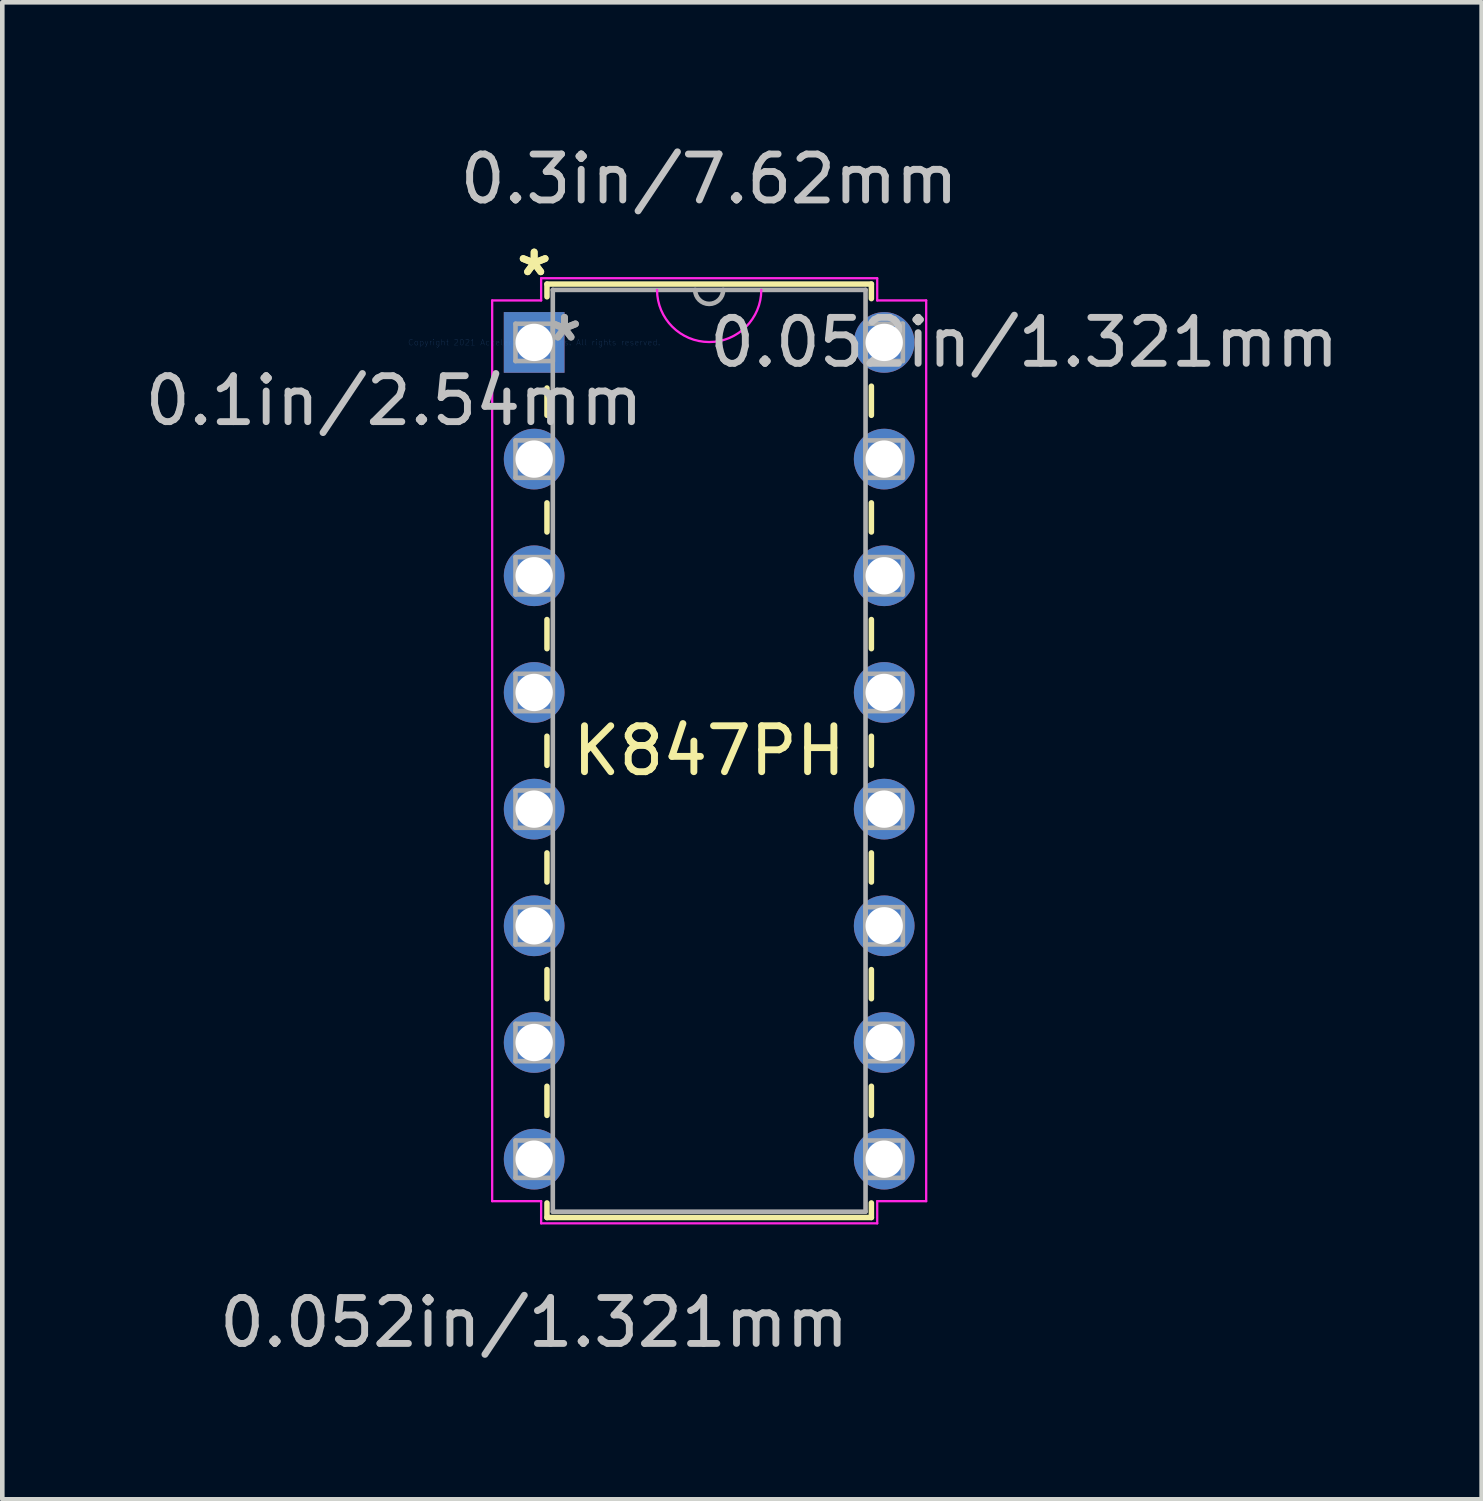
<source format=kicad_pcb>
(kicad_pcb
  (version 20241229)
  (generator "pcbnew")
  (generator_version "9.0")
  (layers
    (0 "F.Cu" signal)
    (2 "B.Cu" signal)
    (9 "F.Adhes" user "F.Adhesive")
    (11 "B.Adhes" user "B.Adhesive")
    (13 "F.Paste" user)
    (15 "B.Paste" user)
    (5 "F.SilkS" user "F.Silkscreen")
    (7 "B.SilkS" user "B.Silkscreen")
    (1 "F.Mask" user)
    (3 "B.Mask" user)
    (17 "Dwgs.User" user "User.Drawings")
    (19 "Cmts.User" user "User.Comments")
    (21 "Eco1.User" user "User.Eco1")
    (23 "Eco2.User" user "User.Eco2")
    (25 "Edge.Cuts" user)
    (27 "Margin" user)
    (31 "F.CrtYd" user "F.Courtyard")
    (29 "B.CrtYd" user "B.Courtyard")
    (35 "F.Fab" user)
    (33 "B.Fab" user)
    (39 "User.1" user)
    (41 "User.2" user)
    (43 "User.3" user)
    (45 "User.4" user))
  (footprint "K847PH"
    (layer "F.Cu")
    (at 8.578 4.404)
    (property "Reference" "K847PH" (at 3.81 8.89 0) (layer "F.SilkS") (effects (font (size 1 1) (thickness 0.15))))
    (attr through_hole)
    (fp_line (start 0.279 -1.27) (end 0.279 -0.993) (stroke (width 0.12) (type solid)) (layer "F.SilkS"))
    (fp_line (start 0.279 0.993) (end 0.279 1.587) (stroke (width 0.12) (type solid)) (layer "F.SilkS"))
    (fp_line (start 0.279 3.493) (end 0.279 4.127) (stroke (width 0.12) (type solid)) (layer "F.SilkS"))
    (fp_line (start 0.279 6.033) (end 0.279 6.667) (stroke (width 0.12) (type solid)) (layer "F.SilkS"))
    (fp_line (start 0.279 8.573) (end 0.279 9.207) (stroke (width 0.12) (type solid)) (layer "F.SilkS"))
    (fp_line (start 0.279 11.113) (end 0.279 11.747) (stroke (width 0.12) (type solid)) (layer "F.SilkS"))
    (fp_line (start 0.279 13.653) (end 0.279 14.287) (stroke (width 0.12) (type solid)) (layer "F.SilkS"))
    (fp_line (start 0.279 16.193) (end 0.279 16.827) (stroke (width 0.12) (type solid)) (layer "F.SilkS"))
    (fp_line (start 0.279 18.733) (end 0.279 19.05) (stroke (width 0.12) (type solid)) (layer "F.SilkS"))
    (fp_line (start 0.279 19.05) (end 7.341 19.05) (stroke (width 0.12) (type solid)) (layer "F.SilkS"))
    (fp_line (start 7.341 -1.27) (end 0.279 -1.27) (stroke (width 0.12) (type solid)) (layer "F.SilkS"))
    (fp_line (start 7.341 -0.953) (end 7.341 -1.27) (stroke (width 0.12) (type solid)) (layer "F.SilkS"))
    (fp_line (start 7.341 1.587) (end 7.341 0.953) (stroke (width 0.12) (type solid)) (layer "F.SilkS"))
    (fp_line (start 7.341 4.127) (end 7.341 3.493) (stroke (width 0.12) (type solid)) (layer "F.SilkS"))
    (fp_line (start 7.341 6.667) (end 7.341 6.033) (stroke (width 0.12) (type solid)) (layer "F.SilkS"))
    (fp_line (start 7.341 9.207) (end 7.341 8.573) (stroke (width 0.12) (type solid)) (layer "F.SilkS"))
    (fp_line (start 7.341 11.747) (end 7.341 11.113) (stroke (width 0.12) (type solid)) (layer "F.SilkS"))
    (fp_line (start 7.341 14.287) (end 7.341 13.653) (stroke (width 0.12) (type solid)) (layer "F.SilkS"))
    (fp_line (start 7.341 16.827) (end 7.341 16.193) (stroke (width 0.12) (type solid)) (layer "F.SilkS"))
    (fp_line (start 7.341 19.05) (end 7.341 18.733) (stroke (width 0.12) (type solid)) (layer "F.SilkS"))
    (fp_line (start -0.914 -0.914) (end -0.914 18.694) (stroke (width 0.05) (type solid)) (layer "F.CrtYd"))
    (fp_line (start -0.914 18.694) (end 0.152 18.694) (stroke (width 0.05) (type solid)) (layer "F.CrtYd"))
    (fp_line (start 0.152 -1.397) (end 0.152 -0.914) (stroke (width 0.05) (type solid)) (layer "F.CrtYd"))
    (fp_line (start 0.152 -0.914) (end -0.914 -0.914) (stroke (width 0.05) (type solid)) (layer "F.CrtYd"))
    (fp_line (start 0.152 18.694) (end 0.152 19.177) (stroke (width 0.05) (type solid)) (layer "F.CrtYd"))
    (fp_line (start 0.152 19.177) (end 7.468 19.177) (stroke (width 0.05) (type solid)) (layer "F.CrtYd"))
    (fp_line (start 7.468 -1.397) (end 0.152 -1.397) (stroke (width 0.05) (type solid)) (layer "F.CrtYd"))
    (fp_line (start 7.468 -0.914) (end 7.468 -1.397) (stroke (width 0.05) (type solid)) (layer "F.CrtYd"))
    (fp_line (start 7.468 18.694) (end 8.534 18.694) (stroke (width 0.05) (type solid)) (layer "F.CrtYd"))
    (fp_line (start 7.468 19.177) (end 7.468 18.694) (stroke (width 0.05) (type solid)) (layer "F.CrtYd"))
    (fp_line (start 8.534 -0.914) (end 7.468 -0.914) (stroke (width 0.05) (type solid)) (layer "F.CrtYd"))
    (fp_line (start 8.534 18.694) (end 8.534 -0.914) (stroke (width 0.05) (type solid)) (layer "F.CrtYd"))
    (fp_arc (start 4.944533 -1.143) (mid 3.81 -0.008467) (end 2.675467 -1.143) (stroke (width 0.05) (type solid)) (layer "F.CrtYd"))
    (fp_line (start -0.406 -0.406) (end -0.406 0.406) (stroke (width 0.1) (type solid)) (layer "F.Fab"))
    (fp_line (start -0.406 0.406) (end 0.406 0.406) (stroke (width 0.1) (type solid)) (layer "F.Fab"))
    (fp_line (start -0.406 2.134) (end -0.406 2.946) (stroke (width 0.1) (type solid)) (layer "F.Fab"))
    (fp_line (start -0.406 2.946) (end 0.406 2.946) (stroke (width 0.1) (type solid)) (layer "F.Fab"))
    (fp_line (start -0.406 4.674) (end -0.406 5.486) (stroke (width 0.1) (type solid)) (layer "F.Fab"))
    (fp_line (start -0.406 5.486) (end 0.406 5.486) (stroke (width 0.1) (type solid)) (layer "F.Fab"))
    (fp_line (start -0.406 7.214) (end -0.406 8.026) (stroke (width 0.1) (type solid)) (layer "F.Fab"))
    (fp_line (start -0.406 8.026) (end 0.406 8.026) (stroke (width 0.1) (type solid)) (layer "F.Fab"))
    (fp_line (start -0.406 9.754) (end -0.406 10.566) (stroke (width 0.1) (type solid)) (layer "F.Fab"))
    (fp_line (start -0.406 10.566) (end 0.406 10.566) (stroke (width 0.1) (type solid)) (layer "F.Fab"))
    (fp_line (start -0.406 12.294) (end -0.406 13.106) (stroke (width 0.1) (type solid)) (layer "F.Fab"))
    (fp_line (start -0.406 13.106) (end 0.406 13.106) (stroke (width 0.1) (type solid)) (layer "F.Fab"))
    (fp_line (start -0.406 14.834) (end -0.406 15.646) (stroke (width 0.1) (type solid)) (layer "F.Fab"))
    (fp_line (start -0.406 15.646) (end 0.406 15.646) (stroke (width 0.1) (type solid)) (layer "F.Fab"))
    (fp_line (start -0.406 17.374) (end -0.406 18.186) (stroke (width 0.1) (type solid)) (layer "F.Fab"))
    (fp_line (start -0.406 18.186) (end 0.406 18.186) (stroke (width 0.1) (type solid)) (layer "F.Fab"))
    (fp_line (start 0.406 -1.143) (end 0.406 18.923) (stroke (width 0.1) (type solid)) (layer "F.Fab"))
    (fp_line (start 0.406 -0.406) (end -0.406 -0.406) (stroke (width 0.1) (type solid)) (layer "F.Fab"))
    (fp_line (start 0.406 0.406) (end 0.406 -0.406) (stroke (width 0.1) (type solid)) (layer "F.Fab"))
    (fp_line (start 0.406 2.134) (end -0.406 2.134) (stroke (width 0.1) (type solid)) (layer "F.Fab"))
    (fp_line (start 0.406 2.946) (end 0.406 2.134) (stroke (width 0.1) (type solid)) (layer "F.Fab"))
    (fp_line (start 0.406 4.674) (end -0.406 4.674) (stroke (width 0.1) (type solid)) (layer "F.Fab"))
    (fp_line (start 0.406 5.486) (end 0.406 4.674) (stroke (width 0.1) (type solid)) (layer "F.Fab"))
    (fp_line (start 0.406 7.214) (end -0.406 7.214) (stroke (width 0.1) (type solid)) (layer "F.Fab"))
    (fp_line (start 0.406 8.026) (end 0.406 7.214) (stroke (width 0.1) (type solid)) (layer "F.Fab"))
    (fp_line (start 0.406 9.754) (end -0.406 9.754) (stroke (width 0.1) (type solid)) (layer "F.Fab"))
    (fp_line (start 0.406 10.566) (end 0.406 9.754) (stroke (width 0.1) (type solid)) (layer "F.Fab"))
    (fp_line (start 0.406 12.294) (end -0.406 12.294) (stroke (width 0.1) (type solid)) (layer "F.Fab"))
    (fp_line (start 0.406 13.106) (end 0.406 12.294) (stroke (width 0.1) (type solid)) (layer "F.Fab"))
    (fp_line (start 0.406 14.834) (end -0.406 14.834) (stroke (width 0.1) (type solid)) (layer "F.Fab"))
    (fp_line (start 0.406 15.646) (end 0.406 14.834) (stroke (width 0.1) (type solid)) (layer "F.Fab"))
    (fp_line (start 0.406 17.374) (end -0.406 17.374) (stroke (width 0.1) (type solid)) (layer "F.Fab"))
    (fp_line (start 0.406 18.186) (end 0.406 17.374) (stroke (width 0.1) (type solid)) (layer "F.Fab"))
    (fp_line (start 0.406 18.923) (end 7.214 18.923) (stroke (width 0.1) (type solid)) (layer "F.Fab"))
    (fp_line (start 7.214 -1.143) (end 0.406 -1.143) (stroke (width 0.1) (type solid)) (layer "F.Fab"))
    (fp_line (start 7.214 -0.406) (end 7.214 0.406) (stroke (width 0.1) (type solid)) (layer "F.Fab"))
    (fp_line (start 7.214 0.406) (end 8.026 0.406) (stroke (width 0.1) (type solid)) (layer "F.Fab"))
    (fp_line (start 7.214 2.134) (end 7.214 2.946) (stroke (width 0.1) (type solid)) (layer "F.Fab"))
    (fp_line (start 7.214 2.946) (end 8.026 2.946) (stroke (width 0.1) (type solid)) (layer "F.Fab"))
    (fp_line (start 7.214 4.674) (end 7.214 5.486) (stroke (width 0.1) (type solid)) (layer "F.Fab"))
    (fp_line (start 7.214 5.486) (end 8.026 5.486) (stroke (width 0.1) (type solid)) (layer "F.Fab"))
    (fp_line (start 7.214 7.214) (end 7.214 8.026) (stroke (width 0.1) (type solid)) (layer "F.Fab"))
    (fp_line (start 7.214 8.026) (end 8.026 8.026) (stroke (width 0.1) (type solid)) (layer "F.Fab"))
    (fp_line (start 7.214 9.754) (end 7.214 10.566) (stroke (width 0.1) (type solid)) (layer "F.Fab"))
    (fp_line (start 7.214 10.566) (end 8.026 10.566) (stroke (width 0.1) (type solid)) (layer "F.Fab"))
    (fp_line (start 7.214 12.294) (end 7.214 13.106) (stroke (width 0.1) (type solid)) (layer "F.Fab"))
    (fp_line (start 7.214 13.106) (end 8.026 13.106) (stroke (width 0.1) (type solid)) (layer "F.Fab"))
    (fp_line (start 7.214 14.834) (end 7.214 15.646) (stroke (width 0.1) (type solid)) (layer "F.Fab"))
    (fp_line (start 7.214 15.646) (end 8.026 15.646) (stroke (width 0.1) (type solid)) (layer "F.Fab"))
    (fp_line (start 7.214 17.374) (end 7.214 18.186) (stroke (width 0.1) (type solid)) (layer "F.Fab"))
    (fp_line (start 7.214 18.186) (end 8.026 18.186) (stroke (width 0.1) (type solid)) (layer "F.Fab"))
    (fp_line (start 7.214 18.923) (end 7.214 -1.143) (stroke (width 0.1) (type solid)) (layer "F.Fab"))
    (fp_line (start 8.026 -0.406) (end 7.214 -0.406) (stroke (width 0.1) (type solid)) (layer "F.Fab"))
    (fp_line (start 8.026 0.406) (end 8.026 -0.406) (stroke (width 0.1) (type solid)) (layer "F.Fab"))
    (fp_line (start 8.026 2.134) (end 7.214 2.134) (stroke (width 0.1) (type solid)) (layer "F.Fab"))
    (fp_line (start 8.026 2.946) (end 8.026 2.134) (stroke (width 0.1) (type solid)) (layer "F.Fab"))
    (fp_line (start 8.026 4.674) (end 7.214 4.674) (stroke (width 0.1) (type solid)) (layer "F.Fab"))
    (fp_line (start 8.026 5.486) (end 8.026 4.674) (stroke (width 0.1) (type solid)) (layer "F.Fab"))
    (fp_line (start 8.026 7.214) (end 7.214 7.214) (stroke (width 0.1) (type solid)) (layer "F.Fab"))
    (fp_line (start 8.026 8.026) (end 8.026 7.214) (stroke (width 0.1) (type solid)) (layer "F.Fab"))
    (fp_line (start 8.026 9.754) (end 7.214 9.754) (stroke (width 0.1) (type solid)) (layer "F.Fab"))
    (fp_line (start 8.026 10.566) (end 8.026 9.754) (stroke (width 0.1) (type solid)) (layer "F.Fab"))
    (fp_line (start 8.026 12.294) (end 7.214 12.294) (stroke (width 0.1) (type solid)) (layer "F.Fab"))
    (fp_line (start 8.026 13.106) (end 8.026 12.294) (stroke (width 0.1) (type solid)) (layer "F.Fab"))
    (fp_line (start 8.026 14.834) (end 7.214 14.834) (stroke (width 0.1) (type solid)) (layer "F.Fab"))
    (fp_line (start 8.026 15.646) (end 8.026 14.834) (stroke (width 0.1) (type solid)) (layer "F.Fab"))
    (fp_line (start 8.026 17.374) (end 7.214 17.374) (stroke (width 0.1) (type solid)) (layer "F.Fab"))
    (fp_line (start 8.026 18.186) (end 8.026 17.374) (stroke (width 0.1) (type solid)) (layer "F.Fab"))
    (fp_arc (start 4.1148 -1.143) (mid 3.81 -0.8382) (end 3.5052 -1.143) (stroke (width 0.1) (type solid)) (layer "F.Fab"))
    (fp_text user "*" (at 0 -1.422 0) (layer "F.SilkS") (effects (font (size 1 1) (thickness 0.15))))
    (fp_text user "*" (at 0 -1.422 0) (layer "F.SilkS") (effects (font (size 1 1) (thickness 0.15))))
    (fp_text user "0.052in/1.321mm" (at 10.668 0 0) (layer "Dwgs.User") (effects (font (size 1 1) (thickness 0.15))))
    (fp_text user "0.3in/7.62mm" (at 3.81 -3.556 0) (layer "Dwgs.User") (effects (font (size 1 1) (thickness 0.15))))
    (fp_text user "0.052in/1.321mm" (at 0 21.336 0) (layer "Dwgs.User") (effects (font (size 1 1) (thickness 0.15))))
    (fp_text user "0.1in/2.54mm" (at -3.048 1.27 0) (layer "Dwgs.User") (effects (font (size 1 1) (thickness 0.15))))
    (fp_text user "Copyright 2021 Accelerated Designs. All rights reserved." (at 0 0 0) (layer "Cmts.User") (effects (font (size 0.127 0.127) (thickness 0.002))))
    (fp_text user "*" (at 0.66 0 0) (layer "F.Fab") (effects (font (size 1 1) (thickness 0.15))))
    (fp_text user "*" (at 0.66 0 0) (layer "F.Fab") (effects (font (size 1 1) (thickness 0.15))))
    (pad "1" thru_hole rect (at 0 0) (size 1.321 1.321) (drill 0.813) (layers "*.Cu" "*.Mask"))
    (pad "2" thru_hole circle (at 0 2.54) (size 1.321 1.321) (drill 0.813) (layers "*.Cu" "*.Mask"))
    (pad "3" thru_hole circle (at 0 5.08) (size 1.321 1.321) (drill 0.813) (layers "*.Cu" "*.Mask"))
    (pad "4" thru_hole circle (at 0 7.62) (size 1.321 1.321) (drill 0.813) (layers "*.Cu" "*.Mask"))
    (pad "5" thru_hole circle (at 0 10.16) (size 1.321 1.321) (drill 0.813) (layers "*.Cu" "*.Mask"))
    (pad "6" thru_hole circle (at 0 12.7) (size 1.321 1.321) (drill 0.813) (layers "*.Cu" "*.Mask"))
    (pad "7" thru_hole circle (at 0 15.24) (size 1.321 1.321) (drill 0.813) (layers "*.Cu" "*.Mask"))
    (pad "8" thru_hole circle (at 0 17.78) (size 1.321 1.321) (drill 0.813) (layers "*.Cu" "*.Mask"))
    (pad "9" thru_hole circle (at 7.62 17.78) (size 1.321 1.321) (drill 0.813) (layers "*.Cu" "*.Mask"))
    (pad "10" thru_hole circle (at 7.62 15.24) (size 1.321 1.321) (drill 0.813) (layers "*.Cu" "*.Mask"))
    (pad "11" thru_hole circle (at 7.62 12.7) (size 1.321 1.321) (drill 0.813) (layers "*.Cu" "*.Mask"))
    (pad "12" thru_hole circle (at 7.62 10.16) (size 1.321 1.321) (drill 0.813) (layers "*.Cu" "*.Mask"))
    (pad "13" thru_hole circle (at 7.62 7.62) (size 1.321 1.321) (drill 0.813) (layers "*.Cu" "*.Mask"))
    (pad "14" thru_hole circle (at 7.62 5.08) (size 1.321 1.321) (drill 0.813) (layers "*.Cu" "*.Mask"))
    (pad "15" thru_hole circle (at 7.62 2.54) (size 1.321 1.321) (drill 0.813) (layers "*.Cu" "*.Mask"))
    (pad "16" thru_hole circle (at 7.62 0) (size 1.321 1.321) (drill 0.813) (layers "*.Cu" "*.Mask")))
  (gr_rect
    (start -3 -3)
    (end 29.204 29.588)
    (stroke (width 0.1) (type default))
    (fill no)
    (layer "Edge.Cuts")))
</source>
